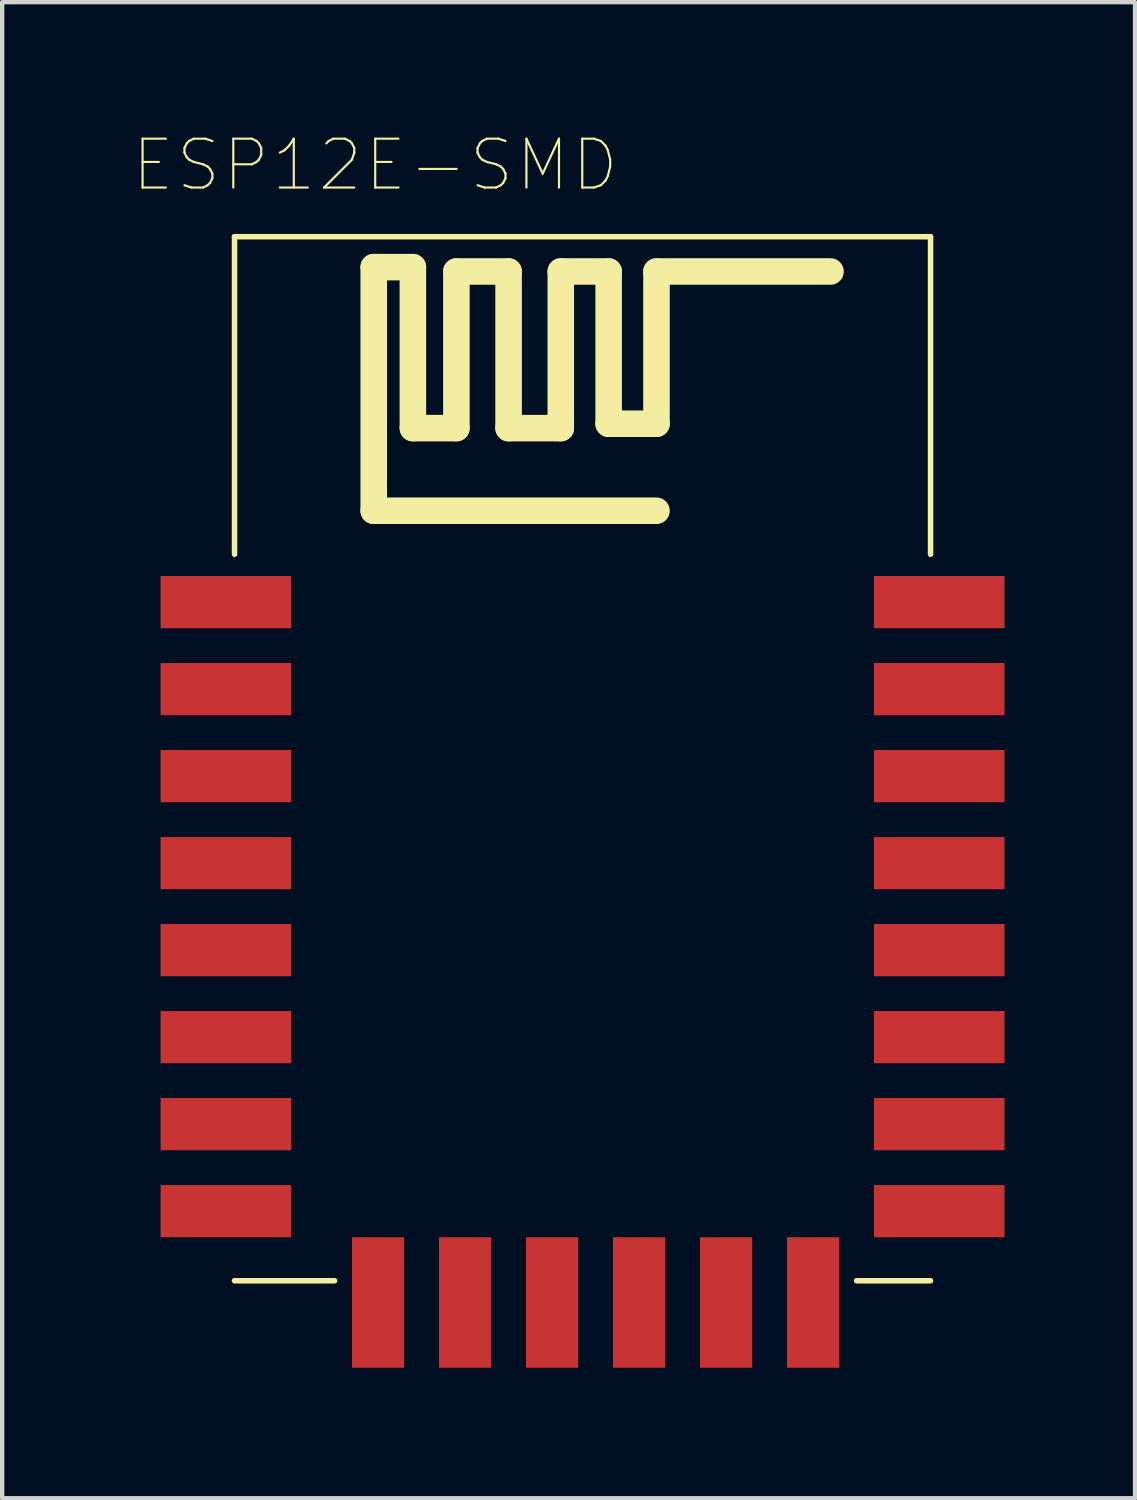
<source format=kicad_pcb>
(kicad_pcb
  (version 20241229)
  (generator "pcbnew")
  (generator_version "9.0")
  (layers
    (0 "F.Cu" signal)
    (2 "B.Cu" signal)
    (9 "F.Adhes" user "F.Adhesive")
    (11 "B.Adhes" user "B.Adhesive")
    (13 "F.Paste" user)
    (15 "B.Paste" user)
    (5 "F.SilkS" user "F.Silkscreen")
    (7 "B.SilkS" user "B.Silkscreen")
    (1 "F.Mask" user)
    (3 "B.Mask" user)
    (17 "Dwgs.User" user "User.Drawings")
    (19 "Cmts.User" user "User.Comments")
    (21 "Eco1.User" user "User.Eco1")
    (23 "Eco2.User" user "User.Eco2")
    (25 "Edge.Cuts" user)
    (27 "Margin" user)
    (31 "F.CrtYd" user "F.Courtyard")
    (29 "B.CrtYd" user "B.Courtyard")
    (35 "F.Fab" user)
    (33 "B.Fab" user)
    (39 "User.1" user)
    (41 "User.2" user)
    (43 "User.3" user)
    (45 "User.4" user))
  (footprint "ESP12E-SMD"
    (layer "F.Cu")
    (at 10.441 16.591)
    (property "Reference" "ESP12E-SMD" (at -4.866 -15.847 0) (layer "F.SilkS") (effects (font (size 1.123 1.123) (thickness 0.05))))
    (attr smd)
    (fp_line (start -8.1 -14.2) (end 7.9 -14.2) (stroke (width 0.127) (type solid)) (layer "F.SilkS"))
    (fp_line (start -8.1 -6.9) (end -8.1 -14.2) (stroke (width 0.127) (type solid)) (layer "F.SilkS"))
    (fp_line (start -5.8 9.8) (end -8.1 9.8) (stroke (width 0.127) (type solid)) (layer "F.SilkS"))
    (fp_line (start -4.9 -13.5) (end -4 -13.5) (stroke (width 0.61) (type solid)) (layer "F.SilkS"))
    (fp_line (start -4.9 -8.6) (end -4.9 -13.5) (stroke (width 0.61) (type solid)) (layer "F.SilkS"))
    (fp_line (start -4.9 -8.5) (end -4.9 -7.9) (stroke (width 0.61) (type solid)) (layer "F.SilkS"))
    (fp_line (start -4.9 -7.9) (end 1.6 -7.9) (stroke (width 0.61) (type solid)) (layer "F.SilkS"))
    (fp_line (start -4 -13.5) (end -4 -9.8) (stroke (width 0.61) (type solid)) (layer "F.SilkS"))
    (fp_line (start -4 -9.8) (end -3 -9.8) (stroke (width 0.61) (type solid)) (layer "F.SilkS"))
    (fp_line (start -3 -13.4) (end -1.8 -13.4) (stroke (width 0.61) (type solid)) (layer "F.SilkS"))
    (fp_line (start -3 -9.8) (end -3 -13.4) (stroke (width 0.61) (type solid)) (layer "F.SilkS"))
    (fp_line (start -1.8 -13.4) (end -1.8 -9.8) (stroke (width 0.61) (type solid)) (layer "F.SilkS"))
    (fp_line (start -1.8 -9.8) (end -0.6 -9.8) (stroke (width 0.61) (type solid)) (layer "F.SilkS"))
    (fp_line (start -0.6 -13.4) (end 0.5 -13.4) (stroke (width 0.61) (type solid)) (layer "F.SilkS"))
    (fp_line (start -0.6 -9.8) (end -0.6 -13.4) (stroke (width 0.61) (type solid)) (layer "F.SilkS"))
    (fp_line (start 0.5 -13.4) (end 0.5 -9.9) (stroke (width 0.61) (type solid)) (layer "F.SilkS"))
    (fp_line (start 0.5 -9.9) (end 1.6 -9.9) (stroke (width 0.61) (type solid)) (layer "F.SilkS"))
    (fp_line (start 1.6 -13.4) (end 5.6 -13.4) (stroke (width 0.61) (type solid)) (layer "F.SilkS"))
    (fp_line (start 1.6 -9.9) (end 1.6 -13.4) (stroke (width 0.61) (type solid)) (layer "F.SilkS"))
    (fp_line (start 7.9 -14.2) (end 7.9 -6.9) (stroke (width 0.127) (type solid)) (layer "F.SilkS"))
    (fp_line (start 7.9 9.8) (end 6.2 9.8) (stroke (width 0.127) (type solid)) (layer "F.SilkS"))
    (pad "ADC" smd rect (at -8.3 -3.8) (size 3 1.2) (layers "F.Cu" "F.Mask" "F.Paste"))
    (pad "CHPD" smd rect (at -8.3 -1.8) (size 3 1.2) (layers "F.Cu" "F.Mask" "F.Paste"))
    (pad "CS0" smd rect (at -4.8 10.3 90) (size 3 1.2) (layers "F.Cu" "F.Mask" "F.Paste"))
    (pad "GND" smd rect (at 8.1 8.2) (size 3 1.2) (layers "F.Cu" "F.Mask" "F.Paste"))
    (pad "IO 0" smd rect (at 8.1 2.2) (size 3 1.2) (layers "F.Cu" "F.Mask" "F.Paste"))
    (pad "IO 2" smd rect (at 8.1 4.2) (size 3 1.2) (layers "F.Cu" "F.Mask" "F.Paste"))
    (pad "IO 4" smd rect (at 8.1 0.2) (size 3 1.2) (layers "F.Cu" "F.Mask" "F.Paste"))
    (pad "IO 5" smd rect (at 8.1 -1.8) (size 3 1.2) (layers "F.Cu" "F.Mask" "F.Paste"))
    (pad "IO 9" smd rect (at -0.8 10.3 90) (size 3 1.2) (layers "F.Cu" "F.Mask" "F.Paste"))
    (pad "IO10" smd rect (at 1.2 10.3 90) (size 3 1.2) (layers "F.Cu" "F.Mask" "F.Paste"))
    (pad "IO12" smd rect (at -8.3 4.2) (size 3 1.2) (layers "F.Cu" "F.Mask" "F.Paste"))
    (pad "IO13" smd rect (at -8.3 6.2) (size 3 1.2) (layers "F.Cu" "F.Mask" "F.Paste"))
    (pad "IO14" smd rect (at -8.3 2.2) (size 3 1.2) (layers "F.Cu" "F.Mask" "F.Paste"))
    (pad "IO15" smd rect (at 8.1 6.2) (size 3 1.2) (layers "F.Cu" "F.Mask" "F.Paste"))
    (pad "IO16" smd rect (at -8.3 0.2) (size 3 1.2) (layers "F.Cu" "F.Mask" "F.Paste"))
    (pad "MISO" smd rect (at -2.8 10.3 90) (size 3 1.2) (layers "F.Cu" "F.Mask" "F.Paste"))
    (pad "MOSI" smd rect (at 3.2 10.3 90) (size 3 1.2) (layers "F.Cu" "F.Mask" "F.Paste"))
    (pad "RST" smd rect (at -8.3 -5.8) (size 3 1.2) (layers "F.Cu" "F.Mask" "F.Paste"))
    (pad "RXD0" smd rect (at 8.1 -3.8) (size 3 1.2) (layers "F.Cu" "F.Mask" "F.Paste"))
    (pad "SCLK" smd rect (at 5.2 10.3 90) (size 3 1.2) (layers "F.Cu" "F.Mask" "F.Paste"))
    (pad "TXD0" smd rect (at 8.1 -5.8) (size 3 1.2) (layers "F.Cu" "F.Mask" "F.Paste"))
    (pad "VCC" smd rect (at -8.3 8.2) (size 3 1.2) (layers "F.Cu" "F.Mask" "F.Paste")))
  (gr_rect
    (start -3 -3)
    (end 23.041 31.391)
    (stroke (width 0.1) (type default))
    (fill no)
    (layer "Edge.Cuts")))
</source>
